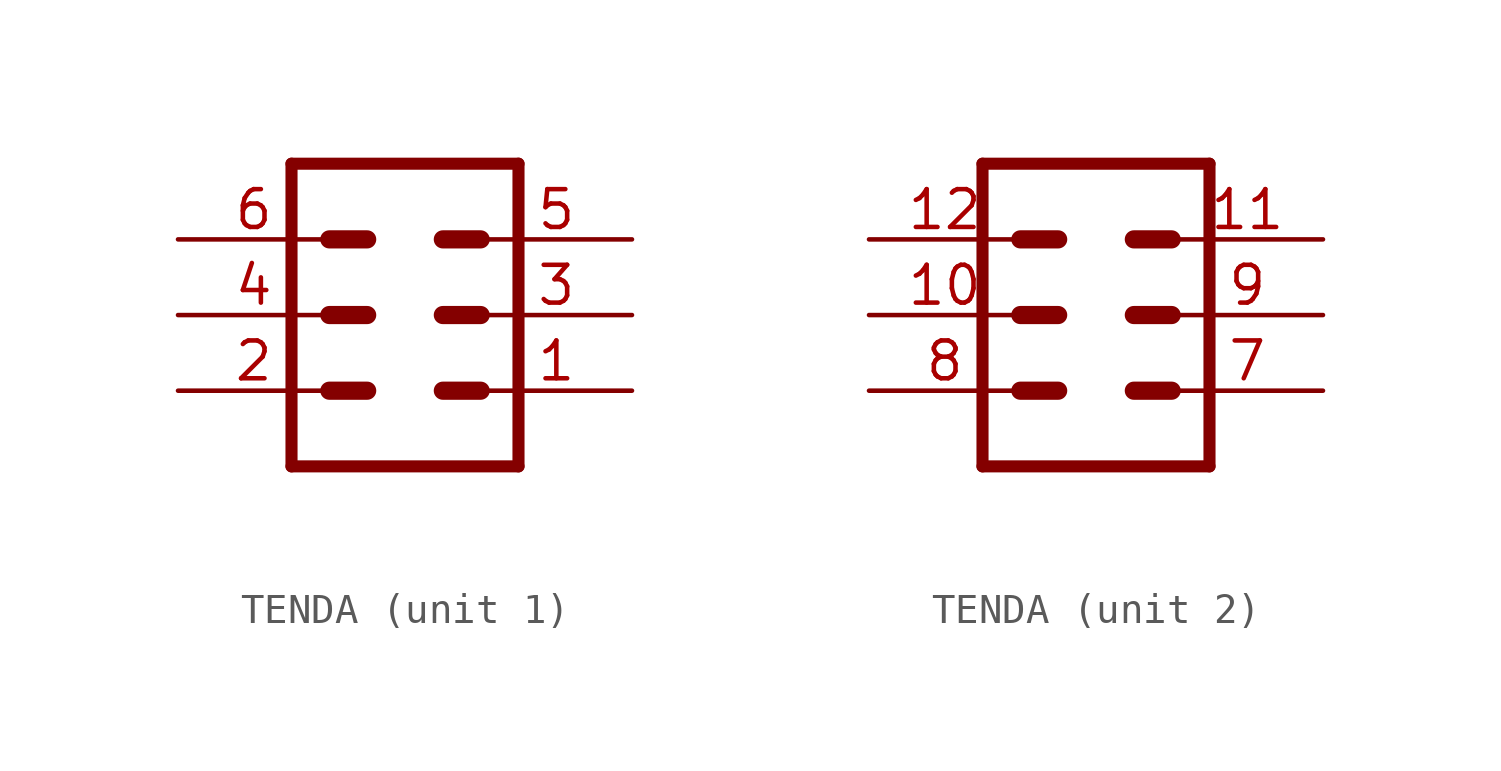
<source format=kicad_sym>
(kicad_symbol_lib
  (version 20231120)
  (generator "kicad_symbol_editor")
  (generator_version "8.0")
  (symbol "TENDA"
    (property "Reference" ""
      (at -3.81 5.842 0)
      (effects (font (size 1.778 1.511)) (justify left bottom) (hide yes)))
    (property "Value" ""
      (at -3.81 -7.62 0)
      (effects (font (size 1.778 1.511)) (justify left bottom)))
    (property "ki_locked" ""
      (at 0 0 0)
      (effects (font (size 1.27 1.27))))
    (symbol "TENDA_1_0"
      (polyline (pts (xy -3.81 5.08) (xy -3.81 -5.08)) (stroke (width 0.406) (type solid)) (fill (type none)))
      (polyline (pts (xy -3.81 5.08) (xy 3.81 5.08)) (stroke (width 0.406) (type solid)) (fill (type none)))
      (polyline (pts (xy -2.54 -2.54) (xy -1.27 -2.54)) (stroke (width 0.61) (type solid)) (fill (type none)))
      (polyline (pts (xy -2.54 0) (xy -1.27 0)) (stroke (width 0.61) (type solid)) (fill (type none)))
      (polyline (pts (xy -2.54 2.54) (xy -1.27 2.54)) (stroke (width 0.61) (type solid)) (fill (type none)))
      (polyline (pts (xy 1.27 -2.54) (xy 2.54 -2.54)) (stroke (width 0.61) (type solid)) (fill (type none)))
      (polyline (pts (xy 1.27 0) (xy 2.54 0)) (stroke (width 0.61) (type solid)) (fill (type none)))
      (polyline (pts (xy 1.27 2.54) (xy 2.54 2.54)) (stroke (width 0.61) (type solid)) (fill (type none)))
      (polyline (pts (xy 3.81 -5.08) (xy -3.81 -5.08)) (stroke (width 0.406) (type solid)) (fill (type none)))
      (polyline (pts (xy 3.81 -5.08) (xy 3.81 5.08)) (stroke (width 0.406) (type solid)) (fill (type none)))
      (pin passive line (at 7.62 -2.54 180) (length 5.08) (name "1" (effects (font (size 0 0)))) (number "1" (effects (font (size 1.27 1.27)))))
      (pin passive line (at -7.62 -2.54 0) (length 5.08) (name "2" (effects (font (size 0 0)))) (number "2" (effects (font (size 1.27 1.27)))))
      (pin passive line (at 7.62 0 180) (length 5.08) (name "3" (effects (font (size 0 0)))) (number "3" (effects (font (size 1.27 1.27)))))
      (pin passive line (at -7.62 0 0) (length 5.08) (name "4" (effects (font (size 0 0)))) (number "4" (effects (font (size 1.27 1.27)))))
      (pin passive line (at 7.62 2.54 180) (length 5.08) (name "5" (effects (font (size 0 0)))) (number "5" (effects (font (size 1.27 1.27)))))
      (pin passive line (at -7.62 2.54 0) (length 5.08) (name "6" (effects (font (size 0 0)))) (number "6" (effects (font (size 1.27 1.27))))))
    (symbol "TENDA_2_0"
      (polyline (pts (xy -3.81 5.08) (xy -3.81 -5.08)) (stroke (width 0.406) (type solid)) (fill (type none)))
      (polyline (pts (xy -3.81 5.08) (xy 3.81 5.08)) (stroke (width 0.406) (type solid)) (fill (type none)))
      (polyline (pts (xy -2.54 -2.54) (xy -1.27 -2.54)) (stroke (width 0.61) (type solid)) (fill (type none)))
      (polyline (pts (xy -2.54 0) (xy -1.27 0)) (stroke (width 0.61) (type solid)) (fill (type none)))
      (polyline (pts (xy -2.54 2.54) (xy -1.27 2.54)) (stroke (width 0.61) (type solid)) (fill (type none)))
      (polyline (pts (xy 1.27 -2.54) (xy 2.54 -2.54)) (stroke (width 0.61) (type solid)) (fill (type none)))
      (polyline (pts (xy 1.27 0) (xy 2.54 0)) (stroke (width 0.61) (type solid)) (fill (type none)))
      (polyline (pts (xy 1.27 2.54) (xy 2.54 2.54)) (stroke (width 0.61) (type solid)) (fill (type none)))
      (polyline (pts (xy 3.81 -5.08) (xy -3.81 -5.08)) (stroke (width 0.406) (type solid)) (fill (type none)))
      (polyline (pts (xy 3.81 -5.08) (xy 3.81 5.08)) (stroke (width 0.406) (type solid)) (fill (type none)))
      (pin passive line (at -7.62 0 0) (length 5.08) (name "4" (effects (font (size 0 0)))) (number "10" (effects (font (size 1.27 1.27)))))
      (pin passive line (at 7.62 2.54 180) (length 5.08) (name "5" (effects (font (size 0 0)))) (number "11" (effects (font (size 1.27 1.27)))))
      (pin passive line (at -7.62 2.54 0) (length 5.08) (name "6" (effects (font (size 0 0)))) (number "12" (effects (font (size 1.27 1.27)))))
      (pin passive line (at 7.62 -2.54 180) (length 5.08) (name "1" (effects (font (size 0 0)))) (number "7" (effects (font (size 1.27 1.27)))))
      (pin passive line (at -7.62 -2.54 0) (length 5.08) (name "2" (effects (font (size 0 0)))) (number "8" (effects (font (size 1.27 1.27)))))
      (pin passive line (at 7.62 0 180) (length 5.08) (name "3" (effects (font (size 0 0)))) (number "9" (effects (font (size 1.27 1.27))))))))
</source>
